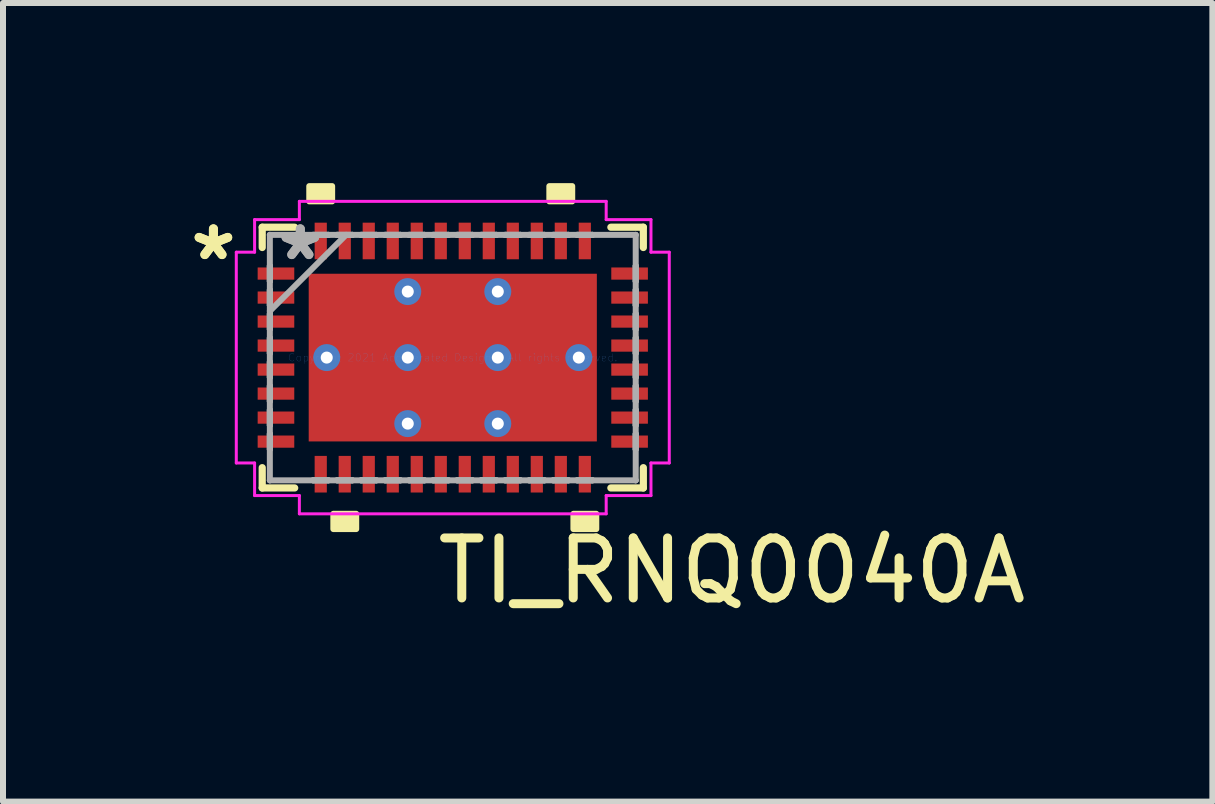
<source format=kicad_pcb>
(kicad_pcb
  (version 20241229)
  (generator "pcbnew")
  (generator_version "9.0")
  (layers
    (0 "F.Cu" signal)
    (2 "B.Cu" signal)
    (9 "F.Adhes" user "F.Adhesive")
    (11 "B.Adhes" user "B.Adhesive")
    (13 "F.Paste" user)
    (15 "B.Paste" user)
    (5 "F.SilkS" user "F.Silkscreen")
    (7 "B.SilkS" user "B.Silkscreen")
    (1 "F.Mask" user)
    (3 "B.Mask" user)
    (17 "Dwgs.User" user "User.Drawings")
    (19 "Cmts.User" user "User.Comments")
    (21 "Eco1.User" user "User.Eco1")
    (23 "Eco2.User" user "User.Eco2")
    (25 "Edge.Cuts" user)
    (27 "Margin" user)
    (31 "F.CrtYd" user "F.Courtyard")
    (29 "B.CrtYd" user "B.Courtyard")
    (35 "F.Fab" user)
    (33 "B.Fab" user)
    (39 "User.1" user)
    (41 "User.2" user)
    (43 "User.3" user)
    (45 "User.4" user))
  (footprint "TI_RNQ0040A"
    (layer "F.Cu")
    (at 4.494 2.908)
    (property "Reference" "TI_RNQ0040A" (at 4.65 3.55 0) (layer "F.SilkS") (effects (font (size 1 1) (thickness 0.15))))
    (fp_line (start -3.175 -2.172) (end -3.175 -1.834) (stroke (width 0.12) (type solid)) (layer "F.SilkS"))
    (fp_line (start -3.175 1.834) (end -3.175 2.172) (stroke (width 0.12) (type solid)) (layer "F.SilkS"))
    (fp_line (start -3.175 2.172) (end -2.634 2.172) (stroke (width 0.12) (type solid)) (layer "F.SilkS"))
    (fp_line (start -2.634 -2.172) (end -3.175 -2.172) (stroke (width 0.12) (type solid)) (layer "F.SilkS"))
    (fp_line (start 2.634 2.172) (end 3.175 2.172) (stroke (width 0.12) (type solid)) (layer "F.SilkS"))
    (fp_line (start 3.175 -2.172) (end 2.634 -2.172) (stroke (width 0.12) (type solid)) (layer "F.SilkS"))
    (fp_line (start 3.175 -1.834) (end 3.175 -2.172) (stroke (width 0.12) (type solid)) (layer "F.SilkS"))
    (fp_line (start 3.175 2.172) (end 3.175 1.834) (stroke (width 0.12) (type solid)) (layer "F.SilkS"))
    (fp_poly (pts (xy -2.391 -2.603) (xy -2.391 -2.857) (xy -2.01 -2.857) (xy -2.01 -2.603)) (stroke (width 0.1) (type solid)) (fill yes) (layer "F.SilkS"))
    (fp_poly (pts (xy -1.99 2.603) (xy -1.99 2.857) (xy -1.609 2.857) (xy -1.609 2.603)) (stroke (width 0.1) (type solid)) (fill yes) (layer "F.SilkS"))
    (fp_poly (pts (xy 1.609 -2.603) (xy 1.609 -2.857) (xy 1.99 -2.857) (xy 1.99 -2.603)) (stroke (width 0.1) (type solid)) (fill yes) (layer "F.SilkS"))
    (fp_poly (pts (xy 2.01 2.603) (xy 2.01 2.857) (xy 2.391 2.857) (xy 2.391 2.603)) (stroke (width 0.1) (type solid)) (fill yes) (layer "F.SilkS"))
    (fp_poly (pts (xy -2.3 -1.297) (xy -2.3 -0.1) (xy -0.9 -0.1) (xy -0.9 -1.297)) (stroke (width 0.1) (type solid)) (fill yes) (layer "F.Paste"))
    (fp_poly (pts (xy -2.3 0.1) (xy -2.3 1.297) (xy -0.9 1.297) (xy -0.9 0.1)) (stroke (width 0.1) (type solid)) (fill yes) (layer "F.Paste"))
    (fp_poly (pts (xy -0.7 -1.297) (xy -0.7 -0.1) (xy 0.7 -0.1) (xy 0.7 -1.297)) (stroke (width 0.1) (type solid)) (fill yes) (layer "F.Paste"))
    (fp_poly (pts (xy -0.7 0.1) (xy -0.7 1.297) (xy 0.7 1.297) (xy 0.7 0.1)) (stroke (width 0.1) (type solid)) (fill yes) (layer "F.Paste"))
    (fp_poly (pts (xy 0.9 -1.297) (xy 0.9 -0.1) (xy 2.3 -0.1) (xy 2.3 -1.297)) (stroke (width 0.1) (type solid)) (fill yes) (layer "F.Paste"))
    (fp_poly (pts (xy 0.9 0.1) (xy 0.9 1.297) (xy 2.3 1.297) (xy 2.3 0.1)) (stroke (width 0.1) (type solid)) (fill yes) (layer "F.Paste"))
    (fp_line (start -3.607 -1.756) (end -3.302 -1.756) (stroke (width 0.05) (type solid)) (layer "F.CrtYd"))
    (fp_line (start -3.607 1.756) (end -3.607 -1.756) (stroke (width 0.05) (type solid)) (layer "F.CrtYd"))
    (fp_line (start -3.302 -2.299) (end -2.556 -2.299) (stroke (width 0.05) (type solid)) (layer "F.CrtYd"))
    (fp_line (start -3.302 -1.756) (end -3.302 -2.299) (stroke (width 0.05) (type solid)) (layer "F.CrtYd"))
    (fp_line (start -3.302 1.756) (end -3.607 1.756) (stroke (width 0.05) (type solid)) (layer "F.CrtYd"))
    (fp_line (start -3.302 2.299) (end -3.302 1.756) (stroke (width 0.05) (type solid)) (layer "F.CrtYd"))
    (fp_line (start -2.556 -2.603) (end 2.556 -2.603) (stroke (width 0.05) (type solid)) (layer "F.CrtYd"))
    (fp_line (start -2.556 -2.299) (end -2.556 -2.603) (stroke (width 0.05) (type solid)) (layer "F.CrtYd"))
    (fp_line (start -2.556 2.299) (end -3.302 2.299) (stroke (width 0.05) (type solid)) (layer "F.CrtYd"))
    (fp_line (start -2.556 2.603) (end -2.556 2.299) (stroke (width 0.05) (type solid)) (layer "F.CrtYd"))
    (fp_line (start 2.556 -2.603) (end 2.556 -2.299) (stroke (width 0.05) (type solid)) (layer "F.CrtYd"))
    (fp_line (start 2.556 -2.299) (end 3.302 -2.299) (stroke (width 0.05) (type solid)) (layer "F.CrtYd"))
    (fp_line (start 2.556 2.299) (end 2.556 2.603) (stroke (width 0.05) (type solid)) (layer "F.CrtYd"))
    (fp_line (start 2.556 2.603) (end -2.556 2.603) (stroke (width 0.05) (type solid)) (layer "F.CrtYd"))
    (fp_line (start 3.302 -2.299) (end 3.302 -1.756) (stroke (width 0.05) (type solid)) (layer "F.CrtYd"))
    (fp_line (start 3.302 -1.756) (end 3.607 -1.756) (stroke (width 0.05) (type solid)) (layer "F.CrtYd"))
    (fp_line (start 3.302 1.756) (end 3.302 2.299) (stroke (width 0.05) (type solid)) (layer "F.CrtYd"))
    (fp_line (start 3.302 2.299) (end 2.556 2.299) (stroke (width 0.05) (type solid)) (layer "F.CrtYd"))
    (fp_line (start 3.607 -1.756) (end 3.607 1.756) (stroke (width 0.05) (type solid)) (layer "F.CrtYd"))
    (fp_line (start 3.607 1.756) (end 3.302 1.756) (stroke (width 0.05) (type solid)) (layer "F.CrtYd"))
    (fp_line (start -3.048 -2.045) (end -3.048 -2.045) (stroke (width 0.1) (type solid)) (layer "F.Fab"))
    (fp_line (start -3.048 -2.045) (end -3.048 2.045) (stroke (width 0.1) (type solid)) (layer "F.Fab"))
    (fp_line (start -3.048 -1.527) (end -3.048 -1.527) (stroke (width 0.1) (type solid)) (layer "F.Fab"))
    (fp_line (start -3.048 -1.527) (end -3.048 -1.273) (stroke (width 0.1) (type solid)) (layer "F.Fab"))
    (fp_line (start -3.048 -1.273) (end -3.048 -1.527) (stroke (width 0.1) (type solid)) (layer "F.Fab"))
    (fp_line (start -3.048 -1.273) (end -3.048 -1.273) (stroke (width 0.1) (type solid)) (layer "F.Fab"))
    (fp_line (start -3.048 -1.127) (end -3.048 -1.127) (stroke (width 0.1) (type solid)) (layer "F.Fab"))
    (fp_line (start -3.048 -1.127) (end -3.048 -0.873) (stroke (width 0.1) (type solid)) (layer "F.Fab"))
    (fp_line (start -3.048 -0.873) (end -3.048 -1.127) (stroke (width 0.1) (type solid)) (layer "F.Fab"))
    (fp_line (start -3.048 -0.873) (end -3.048 -0.873) (stroke (width 0.1) (type solid)) (layer "F.Fab"))
    (fp_line (start -3.048 -0.775) (end -1.778 -2.045) (stroke (width 0.1) (type solid)) (layer "F.Fab"))
    (fp_line (start -3.048 -0.727) (end -3.048 -0.727) (stroke (width 0.1) (type solid)) (layer "F.Fab"))
    (fp_line (start -3.048 -0.727) (end -3.048 -0.473) (stroke (width 0.1) (type solid)) (layer "F.Fab"))
    (fp_line (start -3.048 -0.473) (end -3.048 -0.727) (stroke (width 0.1) (type solid)) (layer "F.Fab"))
    (fp_line (start -3.048 -0.473) (end -3.048 -0.473) (stroke (width 0.1) (type solid)) (layer "F.Fab"))
    (fp_line (start -3.048 -0.327) (end -3.048 -0.327) (stroke (width 0.1) (type solid)) (layer "F.Fab"))
    (fp_line (start -3.048 -0.327) (end -3.048 -0.073) (stroke (width 0.1) (type solid)) (layer "F.Fab"))
    (fp_line (start -3.048 -0.073) (end -3.048 -0.327) (stroke (width 0.1) (type solid)) (layer "F.Fab"))
    (fp_line (start -3.048 -0.073) (end -3.048 -0.073) (stroke (width 0.1) (type solid)) (layer "F.Fab"))
    (fp_line (start -3.048 0.073) (end -3.048 0.073) (stroke (width 0.1) (type solid)) (layer "F.Fab"))
    (fp_line (start -3.048 0.073) (end -3.048 0.327) (stroke (width 0.1) (type solid)) (layer "F.Fab"))
    (fp_line (start -3.048 0.327) (end -3.048 0.073) (stroke (width 0.1) (type solid)) (layer "F.Fab"))
    (fp_line (start -3.048 0.327) (end -3.048 0.327) (stroke (width 0.1) (type solid)) (layer "F.Fab"))
    (fp_line (start -3.048 0.473) (end -3.048 0.473) (stroke (width 0.1) (type solid)) (layer "F.Fab"))
    (fp_line (start -3.048 0.473) (end -3.048 0.727) (stroke (width 0.1) (type solid)) (layer "F.Fab"))
    (fp_line (start -3.048 0.727) (end -3.048 0.473) (stroke (width 0.1) (type solid)) (layer "F.Fab"))
    (fp_line (start -3.048 0.727) (end -3.048 0.727) (stroke (width 0.1) (type solid)) (layer "F.Fab"))
    (fp_line (start -3.048 0.873) (end -3.048 0.873) (stroke (width 0.1) (type solid)) (layer "F.Fab"))
    (fp_line (start -3.048 0.873) (end -3.048 1.127) (stroke (width 0.1) (type solid)) (layer "F.Fab"))
    (fp_line (start -3.048 1.127) (end -3.048 0.873) (stroke (width 0.1) (type solid)) (layer "F.Fab"))
    (fp_line (start -3.048 1.127) (end -3.048 1.127) (stroke (width 0.1) (type solid)) (layer "F.Fab"))
    (fp_line (start -3.048 1.273) (end -3.048 1.273) (stroke (width 0.1) (type solid)) (layer "F.Fab"))
    (fp_line (start -3.048 1.273) (end -3.048 1.527) (stroke (width 0.1) (type solid)) (layer "F.Fab"))
    (fp_line (start -3.048 1.527) (end -3.048 1.273) (stroke (width 0.1) (type solid)) (layer "F.Fab"))
    (fp_line (start -3.048 1.527) (end -3.048 1.527) (stroke (width 0.1) (type solid)) (layer "F.Fab"))
    (fp_line (start -3.048 2.045) (end -3.048 2.045) (stroke (width 0.1) (type solid)) (layer "F.Fab"))
    (fp_line (start -3.048 2.045) (end 3.048 2.045) (stroke (width 0.1) (type solid)) (layer "F.Fab"))
    (fp_line (start -2.327 -2.045) (end -2.327 -2.045) (stroke (width 0.1) (type solid)) (layer "F.Fab"))
    (fp_line (start -2.327 -2.045) (end -2.073 -2.045) (stroke (width 0.1) (type solid)) (layer "F.Fab"))
    (fp_line (start -2.327 2.045) (end -2.327 2.045) (stroke (width 0.1) (type solid)) (layer "F.Fab"))
    (fp_line (start -2.327 2.045) (end -2.073 2.045) (stroke (width 0.1) (type solid)) (layer "F.Fab"))
    (fp_line (start -2.073 -2.045) (end -2.327 -2.045) (stroke (width 0.1) (type solid)) (layer "F.Fab"))
    (fp_line (start -2.073 -2.045) (end -2.073 -2.045) (stroke (width 0.1) (type solid)) (layer "F.Fab"))
    (fp_line (start -2.073 2.045) (end -2.327 2.045) (stroke (width 0.1) (type solid)) (layer "F.Fab"))
    (fp_line (start -2.073 2.045) (end -2.073 2.045) (stroke (width 0.1) (type solid)) (layer "F.Fab"))
    (fp_line (start -1.927 -2.045) (end -1.927 -2.045) (stroke (width 0.1) (type solid)) (layer "F.Fab"))
    (fp_line (start -1.927 -2.045) (end -1.673 -2.045) (stroke (width 0.1) (type solid)) (layer "F.Fab"))
    (fp_line (start -1.927 2.045) (end -1.927 2.045) (stroke (width 0.1) (type solid)) (layer "F.Fab"))
    (fp_line (start -1.927 2.045) (end -1.673 2.045) (stroke (width 0.1) (type solid)) (layer "F.Fab"))
    (fp_line (start -1.673 -2.045) (end -1.927 -2.045) (stroke (width 0.1) (type solid)) (layer "F.Fab"))
    (fp_line (start -1.673 -2.045) (end -1.673 -2.045) (stroke (width 0.1) (type solid)) (layer "F.Fab"))
    (fp_line (start -1.673 2.045) (end -1.927 2.045) (stroke (width 0.1) (type solid)) (layer "F.Fab"))
    (fp_line (start -1.673 2.045) (end -1.673 2.045) (stroke (width 0.1) (type solid)) (layer "F.Fab"))
    (fp_line (start -1.527 -2.045) (end -1.527 -2.045) (stroke (width 0.1) (type solid)) (layer "F.Fab"))
    (fp_line (start -1.527 -2.045) (end -1.273 -2.045) (stroke (width 0.1) (type solid)) (layer "F.Fab"))
    (fp_line (start -1.527 2.045) (end -1.527 2.045) (stroke (width 0.1) (type solid)) (layer "F.Fab"))
    (fp_line (start -1.527 2.045) (end -1.273 2.045) (stroke (width 0.1) (type solid)) (layer "F.Fab"))
    (fp_line (start -1.273 -2.045) (end -1.527 -2.045) (stroke (width 0.1) (type solid)) (layer "F.Fab"))
    (fp_line (start -1.273 -2.045) (end -1.273 -2.045) (stroke (width 0.1) (type solid)) (layer "F.Fab"))
    (fp_line (start -1.273 2.045) (end -1.527 2.045) (stroke (width 0.1) (type solid)) (layer "F.Fab"))
    (fp_line (start -1.273 2.045) (end -1.273 2.045) (stroke (width 0.1) (type solid)) (layer "F.Fab"))
    (fp_line (start -1.127 -2.045) (end -1.127 -2.045) (stroke (width 0.1) (type solid)) (layer "F.Fab"))
    (fp_line (start -1.127 -2.045) (end -0.873 -2.045) (stroke (width 0.1) (type solid)) (layer "F.Fab"))
    (fp_line (start -1.127 2.045) (end -1.127 2.045) (stroke (width 0.1) (type solid)) (layer "F.Fab"))
    (fp_line (start -1.127 2.045) (end -0.873 2.045) (stroke (width 0.1) (type solid)) (layer "F.Fab"))
    (fp_line (start -0.873 -2.045) (end -1.127 -2.045) (stroke (width 0.1) (type solid)) (layer "F.Fab"))
    (fp_line (start -0.873 -2.045) (end -0.873 -2.045) (stroke (width 0.1) (type solid)) (layer "F.Fab"))
    (fp_line (start -0.873 2.045) (end -1.127 2.045) (stroke (width 0.1) (type solid)) (layer "F.Fab"))
    (fp_line (start -0.873 2.045) (end -0.873 2.045) (stroke (width 0.1) (type solid)) (layer "F.Fab"))
    (fp_line (start -0.727 -2.045) (end -0.727 -2.045) (stroke (width 0.1) (type solid)) (layer "F.Fab"))
    (fp_line (start -0.727 -2.045) (end -0.473 -2.045) (stroke (width 0.1) (type solid)) (layer "F.Fab"))
    (fp_line (start -0.727 2.045) (end -0.727 2.045) (stroke (width 0.1) (type solid)) (layer "F.Fab"))
    (fp_line (start -0.727 2.045) (end -0.473 2.045) (stroke (width 0.1) (type solid)) (layer "F.Fab"))
    (fp_line (start -0.473 -2.045) (end -0.727 -2.045) (stroke (width 0.1) (type solid)) (layer "F.Fab"))
    (fp_line (start -0.473 -2.045) (end -0.473 -2.045) (stroke (width 0.1) (type solid)) (layer "F.Fab"))
    (fp_line (start -0.473 2.045) (end -0.727 2.045) (stroke (width 0.1) (type solid)) (layer "F.Fab"))
    (fp_line (start -0.473 2.045) (end -0.473 2.045) (stroke (width 0.1) (type solid)) (layer "F.Fab"))
    (fp_line (start -0.327 -2.045) (end -0.327 -2.045) (stroke (width 0.1) (type solid)) (layer "F.Fab"))
    (fp_line (start -0.327 -2.045) (end -0.073 -2.045) (stroke (width 0.1) (type solid)) (layer "F.Fab"))
    (fp_line (start -0.327 2.045) (end -0.327 2.045) (stroke (width 0.1) (type solid)) (layer "F.Fab"))
    (fp_line (start -0.327 2.045) (end -0.073 2.045) (stroke (width 0.1) (type solid)) (layer "F.Fab"))
    (fp_line (start -0.073 -2.045) (end -0.327 -2.045) (stroke (width 0.1) (type solid)) (layer "F.Fab"))
    (fp_line (start -0.073 -2.045) (end -0.073 -2.045) (stroke (width 0.1) (type solid)) (layer "F.Fab"))
    (fp_line (start -0.073 2.045) (end -0.327 2.045) (stroke (width 0.1) (type solid)) (layer "F.Fab"))
    (fp_line (start -0.073 2.045) (end -0.073 2.045) (stroke (width 0.1) (type solid)) (layer "F.Fab"))
    (fp_line (start 0.073 -2.045) (end 0.073 -2.045) (stroke (width 0.1) (type solid)) (layer "F.Fab"))
    (fp_line (start 0.073 -2.045) (end 0.327 -2.045) (stroke (width 0.1) (type solid)) (layer "F.Fab"))
    (fp_line (start 0.073 2.045) (end 0.073 2.045) (stroke (width 0.1) (type solid)) (layer "F.Fab"))
    (fp_line (start 0.073 2.045) (end 0.327 2.045) (stroke (width 0.1) (type solid)) (layer "F.Fab"))
    (fp_line (start 0.327 -2.045) (end 0.073 -2.045) (stroke (width 0.1) (type solid)) (layer "F.Fab"))
    (fp_line (start 0.327 -2.045) (end 0.327 -2.045) (stroke (width 0.1) (type solid)) (layer "F.Fab"))
    (fp_line (start 0.327 2.045) (end 0.073 2.045) (stroke (width 0.1) (type solid)) (layer "F.Fab"))
    (fp_line (start 0.327 2.045) (end 0.327 2.045) (stroke (width 0.1) (type solid)) (layer "F.Fab"))
    (fp_line (start 0.473 -2.045) (end 0.473 -2.045) (stroke (width 0.1) (type solid)) (layer "F.Fab"))
    (fp_line (start 0.473 -2.045) (end 0.727 -2.045) (stroke (width 0.1) (type solid)) (layer "F.Fab"))
    (fp_line (start 0.473 2.045) (end 0.473 2.045) (stroke (width 0.1) (type solid)) (layer "F.Fab"))
    (fp_line (start 0.473 2.045) (end 0.727 2.045) (stroke (width 0.1) (type solid)) (layer "F.Fab"))
    (fp_line (start 0.727 -2.045) (end 0.473 -2.045) (stroke (width 0.1) (type solid)) (layer "F.Fab"))
    (fp_line (start 0.727 -2.045) (end 0.727 -2.045) (stroke (width 0.1) (type solid)) (layer "F.Fab"))
    (fp_line (start 0.727 2.045) (end 0.473 2.045) (stroke (width 0.1) (type solid)) (layer "F.Fab"))
    (fp_line (start 0.727 2.045) (end 0.727 2.045) (stroke (width 0.1) (type solid)) (layer "F.Fab"))
    (fp_line (start 0.873 -2.045) (end 0.873 -2.045) (stroke (width 0.1) (type solid)) (layer "F.Fab"))
    (fp_line (start 0.873 -2.045) (end 1.127 -2.045) (stroke (width 0.1) (type solid)) (layer "F.Fab"))
    (fp_line (start 0.873 2.045) (end 0.873 2.045) (stroke (width 0.1) (type solid)) (layer "F.Fab"))
    (fp_line (start 0.873 2.045) (end 1.127 2.045) (stroke (width 0.1) (type solid)) (layer "F.Fab"))
    (fp_line (start 1.127 -2.045) (end 0.873 -2.045) (stroke (width 0.1) (type solid)) (layer "F.Fab"))
    (fp_line (start 1.127 -2.045) (end 1.127 -2.045) (stroke (width 0.1) (type solid)) (layer "F.Fab"))
    (fp_line (start 1.127 2.045) (end 0.873 2.045) (stroke (width 0.1) (type solid)) (layer "F.Fab"))
    (fp_line (start 1.127 2.045) (end 1.127 2.045) (stroke (width 0.1) (type solid)) (layer "F.Fab"))
    (fp_line (start 1.273 -2.045) (end 1.273 -2.045) (stroke (width 0.1) (type solid)) (layer "F.Fab"))
    (fp_line (start 1.273 -2.045) (end 1.527 -2.045) (stroke (width 0.1) (type solid)) (layer "F.Fab"))
    (fp_line (start 1.273 2.045) (end 1.273 2.045) (stroke (width 0.1) (type solid)) (layer "F.Fab"))
    (fp_line (start 1.273 2.045) (end 1.527 2.045) (stroke (width 0.1) (type solid)) (layer "F.Fab"))
    (fp_line (start 1.527 -2.045) (end 1.273 -2.045) (stroke (width 0.1) (type solid)) (layer "F.Fab"))
    (fp_line (start 1.527 -2.045) (end 1.527 -2.045) (stroke (width 0.1) (type solid)) (layer "F.Fab"))
    (fp_line (start 1.527 2.045) (end 1.273 2.045) (stroke (width 0.1) (type solid)) (layer "F.Fab"))
    (fp_line (start 1.527 2.045) (end 1.527 2.045) (stroke (width 0.1) (type solid)) (layer "F.Fab"))
    (fp_line (start 1.673 -2.045) (end 1.673 -2.045) (stroke (width 0.1) (type solid)) (layer "F.Fab"))
    (fp_line (start 1.673 -2.045) (end 1.927 -2.045) (stroke (width 0.1) (type solid)) (layer "F.Fab"))
    (fp_line (start 1.673 2.045) (end 1.673 2.045) (stroke (width 0.1) (type solid)) (layer "F.Fab"))
    (fp_line (start 1.673 2.045) (end 1.927 2.045) (stroke (width 0.1) (type solid)) (layer "F.Fab"))
    (fp_line (start 1.927 -2.045) (end 1.673 -2.045) (stroke (width 0.1) (type solid)) (layer "F.Fab"))
    (fp_line (start 1.927 -2.045) (end 1.927 -2.045) (stroke (width 0.1) (type solid)) (layer "F.Fab"))
    (fp_line (start 1.927 2.045) (end 1.673 2.045) (stroke (width 0.1) (type solid)) (layer "F.Fab"))
    (fp_line (start 1.927 2.045) (end 1.927 2.045) (stroke (width 0.1) (type solid)) (layer "F.Fab"))
    (fp_line (start 2.073 -2.045) (end 2.073 -2.045) (stroke (width 0.1) (type solid)) (layer "F.Fab"))
    (fp_line (start 2.073 -2.045) (end 2.327 -2.045) (stroke (width 0.1) (type solid)) (layer "F.Fab"))
    (fp_line (start 2.073 2.045) (end 2.073 2.045) (stroke (width 0.1) (type solid)) (layer "F.Fab"))
    (fp_line (start 2.073 2.045) (end 2.327 2.045) (stroke (width 0.1) (type solid)) (layer "F.Fab"))
    (fp_line (start 2.327 -2.045) (end 2.073 -2.045) (stroke (width 0.1) (type solid)) (layer "F.Fab"))
    (fp_line (start 2.327 -2.045) (end 2.327 -2.045) (stroke (width 0.1) (type solid)) (layer "F.Fab"))
    (fp_line (start 2.327 2.045) (end 2.073 2.045) (stroke (width 0.1) (type solid)) (layer "F.Fab"))
    (fp_line (start 2.327 2.045) (end 2.327 2.045) (stroke (width 0.1) (type solid)) (layer "F.Fab"))
    (fp_line (start 3.048 -2.045) (end -3.048 -2.045) (stroke (width 0.1) (type solid)) (layer "F.Fab"))
    (fp_line (start 3.048 -2.045) (end 3.048 -2.045) (stroke (width 0.1) (type solid)) (layer "F.Fab"))
    (fp_line (start 3.048 -1.527) (end 3.048 -1.527) (stroke (width 0.1) (type solid)) (layer "F.Fab"))
    (fp_line (start 3.048 -1.527) (end 3.048 -1.273) (stroke (width 0.1) (type solid)) (layer "F.Fab"))
    (fp_line (start 3.048 -1.273) (end 3.048 -1.527) (stroke (width 0.1) (type solid)) (layer "F.Fab"))
    (fp_line (start 3.048 -1.273) (end 3.048 -1.273) (stroke (width 0.1) (type solid)) (layer "F.Fab"))
    (fp_line (start 3.048 -1.127) (end 3.048 -1.127) (stroke (width 0.1) (type solid)) (layer "F.Fab"))
    (fp_line (start 3.048 -1.127) (end 3.048 -0.873) (stroke (width 0.1) (type solid)) (layer "F.Fab"))
    (fp_line (start 3.048 -0.873) (end 3.048 -1.127) (stroke (width 0.1) (type solid)) (layer "F.Fab"))
    (fp_line (start 3.048 -0.873) (end 3.048 -0.873) (stroke (width 0.1) (type solid)) (layer "F.Fab"))
    (fp_line (start 3.048 -0.727) (end 3.048 -0.727) (stroke (width 0.1) (type solid)) (layer "F.Fab"))
    (fp_line (start 3.048 -0.727) (end 3.048 -0.473) (stroke (width 0.1) (type solid)) (layer "F.Fab"))
    (fp_line (start 3.048 -0.473) (end 3.048 -0.727) (stroke (width 0.1) (type solid)) (layer "F.Fab"))
    (fp_line (start 3.048 -0.473) (end 3.048 -0.473) (stroke (width 0.1) (type solid)) (layer "F.Fab"))
    (fp_line (start 3.048 -0.327) (end 3.048 -0.327) (stroke (width 0.1) (type solid)) (layer "F.Fab"))
    (fp_line (start 3.048 -0.327) (end 3.048 -0.073) (stroke (width 0.1) (type solid)) (layer "F.Fab"))
    (fp_line (start 3.048 -0.073) (end 3.048 -0.327) (stroke (width 0.1) (type solid)) (layer "F.Fab"))
    (fp_line (start 3.048 -0.073) (end 3.048 -0.073) (stroke (width 0.1) (type solid)) (layer "F.Fab"))
    (fp_line (start 3.048 0.073) (end 3.048 0.073) (stroke (width 0.1) (type solid)) (layer "F.Fab"))
    (fp_line (start 3.048 0.073) (end 3.048 0.327) (stroke (width 0.1) (type solid)) (layer "F.Fab"))
    (fp_line (start 3.048 0.327) (end 3.048 0.073) (stroke (width 0.1) (type solid)) (layer "F.Fab"))
    (fp_line (start 3.048 0.327) (end 3.048 0.327) (stroke (width 0.1) (type solid)) (layer "F.Fab"))
    (fp_line (start 3.048 0.473) (end 3.048 0.473) (stroke (width 0.1) (type solid)) (layer "F.Fab"))
    (fp_line (start 3.048 0.473) (end 3.048 0.727) (stroke (width 0.1) (type solid)) (layer "F.Fab"))
    (fp_line (start 3.048 0.727) (end 3.048 0.473) (stroke (width 0.1) (type solid)) (layer "F.Fab"))
    (fp_line (start 3.048 0.727) (end 3.048 0.727) (stroke (width 0.1) (type solid)) (layer "F.Fab"))
    (fp_line (start 3.048 0.873) (end 3.048 0.873) (stroke (width 0.1) (type solid)) (layer "F.Fab"))
    (fp_line (start 3.048 0.873) (end 3.048 1.127) (stroke (width 0.1) (type solid)) (layer "F.Fab"))
    (fp_line (start 3.048 1.127) (end 3.048 0.873) (stroke (width 0.1) (type solid)) (layer "F.Fab"))
    (fp_line (start 3.048 1.127) (end 3.048 1.127) (stroke (width 0.1) (type solid)) (layer "F.Fab"))
    (fp_line (start 3.048 1.273) (end 3.048 1.273) (stroke (width 0.1) (type solid)) (layer "F.Fab"))
    (fp_line (start 3.048 1.273) (end 3.048 1.527) (stroke (width 0.1) (type solid)) (layer "F.Fab"))
    (fp_line (start 3.048 1.527) (end 3.048 1.273) (stroke (width 0.1) (type solid)) (layer "F.Fab"))
    (fp_line (start 3.048 1.527) (end 3.048 1.527) (stroke (width 0.1) (type solid)) (layer "F.Fab"))
    (fp_line (start 3.048 2.045) (end 3.048 -2.045) (stroke (width 0.1) (type solid)) (layer "F.Fab"))
    (fp_line (start 3.048 2.045) (end 3.048 2.045) (stroke (width 0.1) (type solid)) (layer "F.Fab"))
    (fp_text user "*" (at -3.988 -1.6 0) (layer "F.SilkS") (effects (font (size 1 1) (thickness 0.15))))
    (fp_text user "*" (at -3.988 -1.6 0) (layer "F.SilkS") (effects (font (size 1 1) (thickness 0.15))))
    (fp_text user "Copyright 2021 Accelerated Designs. All rights reserved." (at 0 0 0) (layer "Cmts.User") (effects (font (size 0.127 0.127) (thickness 0.002))))
    (fp_text user "*" (at -2.54 -1.6 0) (layer "F.Fab") (effects (font (size 1 1) (thickness 0.15))))
    (fp_text user "*" (at -2.54 -1.6 0) (layer "F.Fab") (effects (font (size 1 1) (thickness 0.15))))
    (pad "1" smd rect (at -2.946 -1.4 90) (size 0.203 0.61) (layers "F.Cu" "F.Mask" "F.Paste"))
    (pad "2" smd rect (at -2.946 -1 90) (size 0.203 0.61) (layers "F.Cu" "F.Mask" "F.Paste"))
    (pad "3" smd rect (at -2.946 -0.6 90) (size 0.203 0.61) (layers "F.Cu" "F.Mask" "F.Paste"))
    (pad "4" smd rect (at -2.946 -0.2 90) (size 0.203 0.61) (layers "F.Cu" "F.Mask" "F.Paste"))
    (pad "5" smd rect (at -2.946 0.2 90) (size 0.203 0.61) (layers "F.Cu" "F.Mask" "F.Paste"))
    (pad "6" smd rect (at -2.946 0.6 90) (size 0.203 0.61) (layers "F.Cu" "F.Mask" "F.Paste"))
    (pad "7" smd rect (at -2.946 1 90) (size 0.203 0.61) (layers "F.Cu" "F.Mask" "F.Paste"))
    (pad "8" smd rect (at -2.946 1.4 90) (size 0.203 0.61) (layers "F.Cu" "F.Mask" "F.Paste"))
    (pad "9" smd rect (at -2.2 1.943) (size 0.203 0.61) (layers "F.Cu" "F.Mask" "F.Paste"))
    (pad "10" smd rect (at -1.8 1.943) (size 0.203 0.61) (layers "F.Cu" "F.Mask" "F.Paste"))
    (pad "11" smd rect (at -1.4 1.943) (size 0.203 0.61) (layers "F.Cu" "F.Mask" "F.Paste"))
    (pad "12" smd rect (at -1 1.943) (size 0.203 0.61) (layers "F.Cu" "F.Mask" "F.Paste"))
    (pad "13" smd rect (at -0.6 1.943) (size 0.203 0.61) (layers "F.Cu" "F.Mask" "F.Paste"))
    (pad "14" smd rect (at -0.2 1.943) (size 0.203 0.61) (layers "F.Cu" "F.Mask" "F.Paste"))
    (pad "15" smd rect (at 0.2 1.943) (size 0.203 0.61) (layers "F.Cu" "F.Mask" "F.Paste"))
    (pad "16" smd rect (at 0.6 1.943) (size 0.203 0.61) (layers "F.Cu" "F.Mask" "F.Paste"))
    (pad "17" smd rect (at 1 1.943) (size 0.203 0.61) (layers "F.Cu" "F.Mask" "F.Paste"))
    (pad "18" smd rect (at 1.4 1.943) (size 0.203 0.61) (layers "F.Cu" "F.Mask" "F.Paste"))
    (pad "19" smd rect (at 1.8 1.943) (size 0.203 0.61) (layers "F.Cu" "F.Mask" "F.Paste"))
    (pad "20" smd rect (at 2.2 1.943) (size 0.203 0.61) (layers "F.Cu" "F.Mask" "F.Paste"))
    (pad "21" smd rect (at 2.946 1.4 90) (size 0.203 0.61) (layers "F.Cu" "F.Mask" "F.Paste"))
    (pad "22" smd rect (at 2.946 1 90) (size 0.203 0.61) (layers "F.Cu" "F.Mask" "F.Paste"))
    (pad "23" smd rect (at 2.946 0.6 90) (size 0.203 0.61) (layers "F.Cu" "F.Mask" "F.Paste"))
    (pad "24" smd rect (at 2.946 0.2 90) (size 0.203 0.61) (layers "F.Cu" "F.Mask" "F.Paste"))
    (pad "25" smd rect (at 2.946 -0.2 90) (size 0.203 0.61) (layers "F.Cu" "F.Mask" "F.Paste"))
    (pad "26" smd rect (at 2.946 -0.6 90) (size 0.203 0.61) (layers "F.Cu" "F.Mask" "F.Paste"))
    (pad "27" smd rect (at 2.946 -1 90) (size 0.203 0.61) (layers "F.Cu" "F.Mask" "F.Paste"))
    (pad "28" smd rect (at 2.946 -1.4 90) (size 0.203 0.61) (layers "F.Cu" "F.Mask" "F.Paste"))
    (pad "29" smd rect (at 2.2 -1.943) (size 0.203 0.61) (layers "F.Cu" "F.Mask" "F.Paste"))
    (pad "30" smd rect (at 1.8 -1.943) (size 0.203 0.61) (layers "F.Cu" "F.Mask" "F.Paste"))
    (pad "31" smd rect (at 1.4 -1.943) (size 0.203 0.61) (layers "F.Cu" "F.Mask" "F.Paste"))
    (pad "32" smd rect (at 1 -1.943) (size 0.203 0.61) (layers "F.Cu" "F.Mask" "F.Paste"))
    (pad "33" smd rect (at 0.6 -1.943) (size 0.203 0.61) (layers "F.Cu" "F.Mask" "F.Paste"))
    (pad "34" smd rect (at 0.2 -1.943) (size 0.203 0.61) (layers "F.Cu" "F.Mask" "F.Paste"))
    (pad "35" smd rect (at -0.2 -1.943) (size 0.203 0.61) (layers "F.Cu" "F.Mask" "F.Paste"))
    (pad "36" smd rect (at -0.6 -1.943) (size 0.203 0.61) (layers "F.Cu" "F.Mask" "F.Paste"))
    (pad "37" smd rect (at -1 -1.943) (size 0.203 0.61) (layers "F.Cu" "F.Mask" "F.Paste"))
    (pad "38" smd rect (at -1.4 -1.943) (size 0.203 0.61) (layers "F.Cu" "F.Mask" "F.Paste"))
    (pad "39" smd rect (at -1.8 -1.943) (size 0.203 0.61) (layers "F.Cu" "F.Mask" "F.Paste"))
    (pad "40" smd rect (at -2.2 -1.943) (size 0.203 0.61) (layers "F.Cu" "F.Mask" "F.Paste"))
    (pad "41" thru_hole circle (at -2.1 0) (size 0.45 0.45) (drill 0.2) (layers "*.Cu" "*.Mask"))
    (pad "41" thru_hole circle (at -0.75 -1.1) (size 0.45 0.45) (drill 0.2) (layers "*.Cu" "*.Mask"))
    (pad "41" thru_hole circle (at -0.75 0) (size 0.45 0.45) (drill 0.2) (layers "*.Cu" "*.Mask"))
    (pad "41" thru_hole circle (at -0.75 1.1) (size 0.45 0.45) (drill 0.2) (layers "*.Cu" "*.Mask"))
    (pad "41" smd rect (at 0 0) (size 4.801 2.794) (layers "F.Cu" "F.Mask" "F.Paste"))
    (pad "41" thru_hole circle (at 0.75 -1.1) (size 0.45 0.45) (drill 0.2) (layers "*.Cu" "*.Mask"))
    (pad "41" thru_hole circle (at 0.75 0) (size 0.45 0.45) (drill 0.2) (layers "*.Cu" "*.Mask"))
    (pad "41" thru_hole circle (at 0.75 1.1) (size 0.45 0.45) (drill 0.2) (layers "*.Cu" "*.Mask"))
    (pad "41" thru_hole circle (at 2.1 0) (size 0.45 0.45) (drill 0.2) (layers "*.Cu" "*.Mask")))
  (gr_rect
    (start -3 -3)
    (end 17.15 10.306)
    (stroke (width 0.1) (type default))
    (fill no)
    (layer "Edge.Cuts")))
</source>
